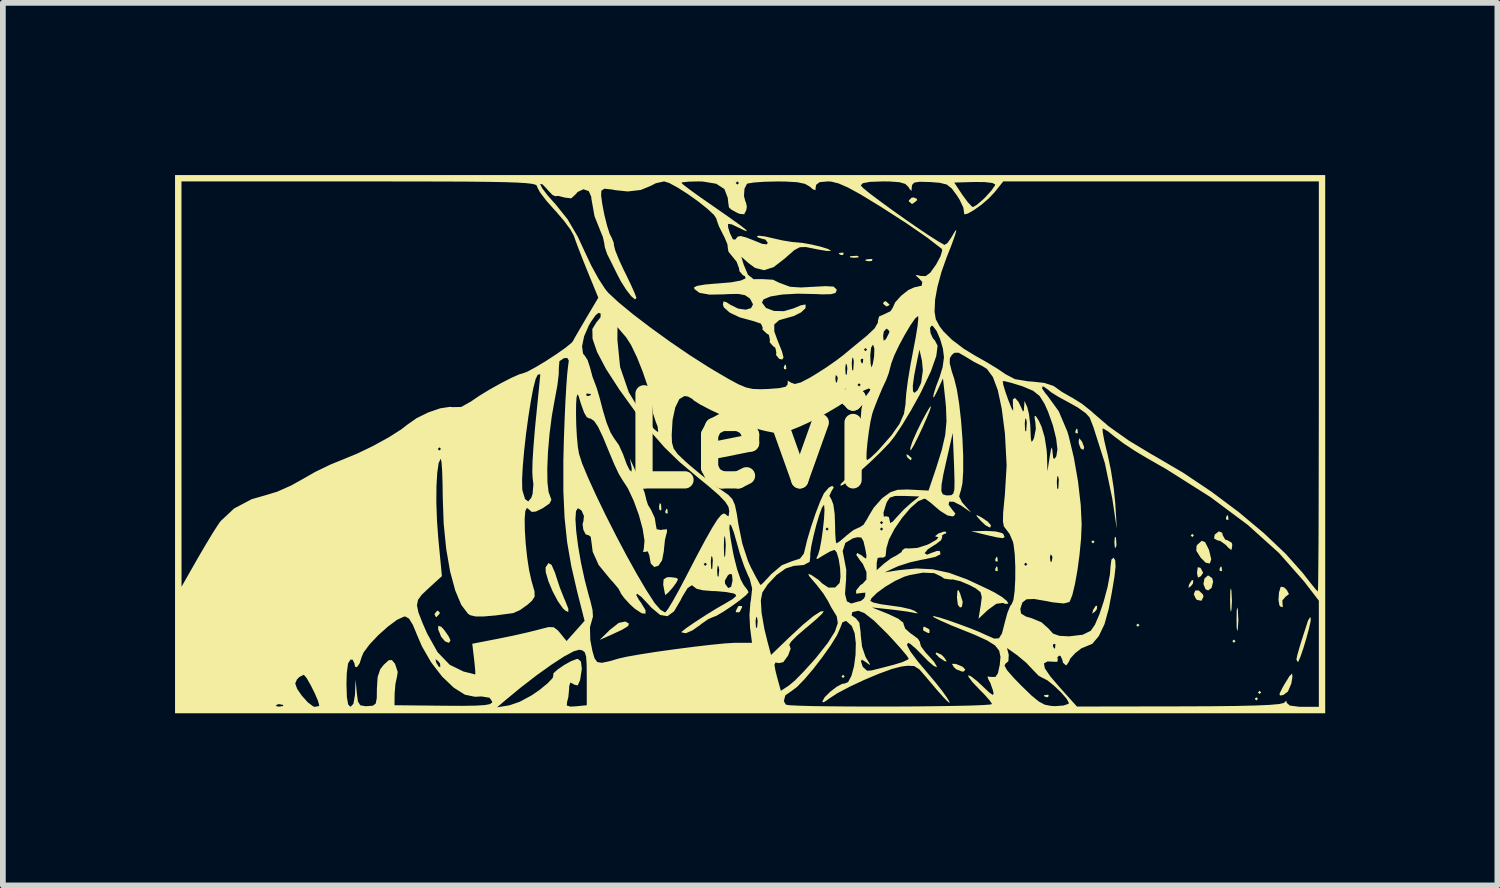
<source format=kicad_pcb>
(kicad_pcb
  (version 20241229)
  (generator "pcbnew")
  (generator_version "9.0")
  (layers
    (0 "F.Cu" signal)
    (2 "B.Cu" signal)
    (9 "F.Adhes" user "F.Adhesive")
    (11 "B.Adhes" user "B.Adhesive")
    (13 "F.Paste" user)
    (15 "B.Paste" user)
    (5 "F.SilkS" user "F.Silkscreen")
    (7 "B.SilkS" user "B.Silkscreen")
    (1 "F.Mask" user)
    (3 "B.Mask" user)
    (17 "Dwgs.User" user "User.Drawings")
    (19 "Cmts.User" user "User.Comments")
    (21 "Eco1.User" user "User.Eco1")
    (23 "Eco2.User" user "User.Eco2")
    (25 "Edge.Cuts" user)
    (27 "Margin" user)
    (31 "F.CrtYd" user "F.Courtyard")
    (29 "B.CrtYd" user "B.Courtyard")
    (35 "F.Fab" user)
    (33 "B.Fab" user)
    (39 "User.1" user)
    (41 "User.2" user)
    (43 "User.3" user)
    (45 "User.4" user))
  (footprint "Levi"
    (layer "F.Cu")
    (at 9.993 4.633)
    (property "Reference" "Levi" (at 0 0 0) (layer "F.SilkS") (effects (font (size 1.5 1.5) (thickness 0.3))))
    (attr board_only exclude_from_pos_files exclude_from_bom)
    (fp_poly (pts (xy 1.675 4.103) (xy 1.647 4.131) (xy 1.619 4.103) (xy 1.647 4.075)) (stroke (width 0) (type solid)) (fill yes) (layer "F.SilkS"))
    (fp_poly (pts (xy 6.029 1.758) (xy 6.001 1.786) (xy 5.973 1.758) (xy 6.001 1.731)) (stroke (width 0) (type solid)) (fill yes) (layer "F.SilkS"))
    (fp_poly (pts (xy 6.811 3.21) (xy 6.783 3.238) (xy 6.755 3.21) (xy 6.783 3.182)) (stroke (width 0) (type solid)) (fill yes) (layer "F.SilkS"))
    (fp_poly (pts (xy 7.76 1.647) (xy 7.732 1.675) (xy 7.704 1.647) (xy 7.732 1.619)) (stroke (width 0) (type solid)) (fill yes) (layer "F.SilkS"))
    (fp_poly (pts (xy 8.485 3.489) (xy 8.457 3.517) (xy 8.429 3.489) (xy 8.457 3.461)) (stroke (width 0) (type solid)) (fill yes) (layer "F.SilkS"))
    (fp_poly (pts (xy 8.876 4.494) (xy 8.848 4.522) (xy 8.82 4.494) (xy 8.848 4.466)) (stroke (width 0) (type solid)) (fill yes) (layer "F.SilkS"))
    (fp_poly (pts (xy 8.932 4.382) (xy 8.904 4.41) (xy 8.876 4.382) (xy 8.904 4.354)) (stroke (width 0) (type solid)) (fill yes) (layer "F.SilkS"))
    (fp_poly (pts (xy -1.525 1.106) (xy -1.518 1.193) (xy -1.529 1.213) (xy -1.555 1.196) (xy -1.559 1.14) (xy -1.545 1.08)) (stroke (width 0) (type solid)) (fill yes) (layer "F.SilkS"))
    (fp_poly (pts (xy -1.414 1.191) (xy -1.408 1.257) (xy -1.414 1.265) (xy -1.447 1.258) (xy -1.451 1.228) (xy -1.431 1.182)) (stroke (width 0) (type solid)) (fill yes) (layer "F.SilkS"))
    (fp_poly (pts (xy 0.651 -1.321) (xy 0.658 -1.255) (xy 0.651 -1.247) (xy 0.618 -1.254) (xy 0.614 -1.284) (xy 0.634 -1.33)) (stroke (width 0) (type solid)) (fill yes) (layer "F.SilkS"))
    (fp_poly (pts (xy 1.656 -3.275) (xy 1.648 -3.242) (xy 1.619 -3.238) (xy 1.573 -3.258) (xy 1.582 -3.275) (xy 1.648 -3.282)) (stroke (width 0) (type solid)) (fill yes) (layer "F.SilkS"))
    (fp_poly (pts (xy 1.912 -3.219) (xy 1.919 -3.199) (xy 1.842 -3.191) (xy 1.763 -3.2) (xy 1.772 -3.219) (xy 1.887 -3.226)) (stroke (width 0) (type solid)) (fill yes) (layer "F.SilkS"))
    (fp_poly (pts (xy 2.162 -3.16) (xy 2.145 -3.135) (xy 2.089 -3.131) (xy 2.029 -3.144) (xy 2.055 -3.164) (xy 2.142 -3.171)) (stroke (width 0) (type solid)) (fill yes) (layer "F.SilkS"))
    (fp_poly (pts (xy 4.336 2.028) (xy 4.342 2.095) (xy 4.336 2.103) (xy 4.302 2.095) (xy 4.298 2.065) (xy 4.319 2.02)) (stroke (width 0) (type solid)) (fill yes) (layer "F.SilkS"))
    (fp_poly (pts (xy 4.336 2.196) (xy 4.342 2.262) (xy 4.336 2.27) (xy 4.302 2.263) (xy 4.298 2.233) (xy 4.319 2.187)) (stroke (width 0) (type solid)) (fill yes) (layer "F.SilkS"))
    (fp_poly (pts (xy 5.229 4.429) (xy 5.221 4.462) (xy 5.192 4.466) (xy 5.146 4.446) (xy 5.154 4.429) (xy 5.221 4.422)) (stroke (width 0) (type solid)) (fill yes) (layer "F.SilkS"))
    (fp_poly (pts (xy 5.731 -0.205) (xy 5.738 -0.138) (xy 5.731 -0.13) (xy 5.698 -0.138) (xy 5.694 -0.167) (xy 5.714 -0.213)) (stroke (width 0) (type solid)) (fill yes) (layer "F.SilkS"))
    (fp_poly (pts (xy 8.243 2.196) (xy 8.25 2.262) (xy 8.243 2.27) (xy 8.21 2.263) (xy 8.206 2.233) (xy 8.227 2.187)) (stroke (width 0) (type solid)) (fill yes) (layer "F.SilkS"))
    (fp_poly (pts (xy 8.355 1.303) (xy 8.362 1.369) (xy 8.355 1.377) (xy 8.322 1.369) (xy 8.318 1.34) (xy 8.338 1.294)) (stroke (width 0) (type solid)) (fill yes) (layer "F.SilkS"))
    (fp_poly (pts (xy 2.783 0.246) (xy 2.843 0.302) (xy 2.83 0.334) (xy 2.822 0.335) (xy 2.775 0.295) (xy 2.758 0.27) (xy 2.751 0.232)) (stroke (width 0) (type solid)) (fill yes) (layer "F.SilkS"))
    (fp_poly (pts (xy 3.358 3.723) (xy 3.405 3.768) (xy 3.453 3.84) (xy 3.42 3.839) (xy 3.318 3.77) (xy 3.259 3.709) (xy 3.273 3.686)) (stroke (width 0) (type solid)) (fill yes) (layer "F.SilkS"))
    (fp_poly (pts (xy 6.068 2.933) (xy 6.036 2.974) (xy 5.989 3.009) (xy 6.001 2.953) (xy 6.005 2.942) (xy 6.049 2.874) (xy 6.074 2.873)) (stroke (width 0) (type solid)) (fill yes) (layer "F.SilkS"))
    (fp_poly (pts (xy 7.743 2.486) (xy 7.711 2.527) (xy 7.664 2.562) (xy 7.675 2.506) (xy 7.679 2.496) (xy 7.724 2.427) (xy 7.749 2.427)) (stroke (width 0) (type solid)) (fill yes) (layer "F.SilkS"))
    (fp_poly (pts (xy -5.378 2.993) (xy -5.387 3.015) (xy -5.437 3.068) (xy -5.446 3.07) (xy -5.47 3.027) (xy -5.471 3.015) (xy -5.428 2.961) (xy -5.412 2.959)) (stroke (width 0) (type solid)) (fill yes) (layer "F.SilkS"))
    (fp_poly (pts (xy -0.116 2.877) (xy -0.112 2.896) (xy -0.152 2.975) (xy -0.167 2.987) (xy -0.219 2.984) (xy -0.223 2.965) (xy -0.183 2.886) (xy -0.167 2.875)) (stroke (width 0) (type solid)) (fill yes) (layer "F.SilkS"))
    (fp_poly (pts (xy 2.4 -2.428) (xy 2.454 -2.378) (xy 2.456 -2.369) (xy 2.413 -2.345) (xy 2.4 -2.345) (xy 2.347 -2.388) (xy 2.345 -2.404) (xy 2.379 -2.437)) (stroke (width 0) (type solid)) (fill yes) (layer "F.SilkS"))
    (fp_poly (pts (xy 2.936 -4.216) (xy 2.931 -4.187) (xy 2.859 -4.133) (xy 2.844 -4.131) (xy 2.793 -4.174) (xy 2.791 -4.187) (xy 2.837 -4.236) (xy 2.878 -4.243)) (stroke (width 0) (type solid)) (fill yes) (layer "F.SilkS"))
    (fp_poly (pts (xy 3.143 3.279) (xy 3.154 3.294) (xy 3.152 3.345) (xy 3.133 3.349) (xy 3.054 3.309) (xy 3.042 3.294) (xy 3.045 3.242) (xy 3.064 3.238)) (stroke (width 0) (type solid)) (fill yes) (layer "F.SilkS"))
    (fp_poly (pts (xy 5.8 -0.002) (xy 5.813 0.018) (xy 5.848 0.111) (xy 5.834 0.156) (xy 5.787 0.13) (xy 5.755 0.047) (xy 5.752 0.005) (xy 5.762 -0.047)) (stroke (width 0) (type solid)) (fill yes) (layer "F.SilkS"))
    (fp_poly (pts (xy 6.4 1.68) (xy 6.403 1.69) (xy 6.411 1.811) (xy 6.401 1.857) (xy 6.382 1.859) (xy 6.375 1.772) (xy 6.375 1.758) (xy 6.383 1.672)) (stroke (width 0) (type solid)) (fill yes) (layer "F.SilkS"))
    (fp_poly (pts (xy 7.869 2.209) (xy 7.882 2.222) (xy 7.921 2.298) (xy 7.882 2.356) (xy 7.832 2.383) (xy 7.816 2.316) (xy 7.815 2.289) (xy 7.827 2.2)) (stroke (width 0) (type solid)) (fill yes) (layer "F.SilkS"))
    (fp_poly (pts (xy 7.917 2.674) (xy 7.927 2.713) (xy 7.892 2.785) (xy 7.815 2.77) (xy 7.797 2.754) (xy 7.758 2.672) (xy 7.783 2.608) (xy 7.843 2.604)) (stroke (width 0) (type solid)) (fill yes) (layer "F.SilkS"))
    (fp_poly (pts (xy -2.142 3.149) (xy -2.084 3.184) (xy -2.098 3.225) (xy -2.196 3.286) (xy -2.358 3.362) (xy -2.596 3.468) (xy -2.415 3.291) (xy -2.261 3.17) (xy -2.148 3.147)) (stroke (width 0) (type solid)) (fill yes) (layer "F.SilkS"))
    (fp_poly (pts (xy 3.6 3.884) (xy 3.626 3.891) (xy 3.731 3.935) (xy 3.778 3.985) (xy 3.749 4.017) (xy 3.722 4.019) (xy 3.62 3.98) (xy 3.576 3.94) (xy 3.544 3.884)) (stroke (width 0) (type solid)) (fill yes) (layer "F.SilkS"))
    (fp_poly (pts (xy 3.684 2.652) (xy 3.732 2.806) (xy 3.717 2.891) (xy 3.684 2.903) (xy 3.647 2.854) (xy 3.632 2.735) (xy 3.632 2.721) (xy 3.639 2.61) (xy 3.658 2.599)) (stroke (width 0) (type solid)) (fill yes) (layer "F.SilkS"))
    (fp_poly (pts (xy 4.058 1.332) (xy 4.166 1.404) (xy 4.224 1.47) (xy 4.213 1.506) (xy 4.199 1.507) (xy 4.128 1.469) (xy 4.042 1.387) (xy 3.971 1.305) (xy 3.979 1.292)) (stroke (width 0) (type solid)) (fill yes) (layer "F.SilkS"))
    (fp_poly (pts (xy 4.304 1.577) (xy 4.416 1.605) (xy 4.44 1.623) (xy 4.462 1.675) (xy 4.43 1.694) (xy 4.325 1.68) (xy 4.159 1.642) (xy 3.88 1.574) (xy 4.142 1.568)) (stroke (width 0) (type solid)) (fill yes) (layer "F.SilkS"))
    (fp_poly (pts (xy 8.079 2.391) (xy 8.095 2.453) (xy 8.068 2.561) (xy 8.008 2.605) (xy 7.963 2.585) (xy 7.926 2.495) (xy 7.944 2.397) (xy 8.003 2.345) (xy 8.011 2.345)) (stroke (width 0) (type solid)) (fill yes) (layer "F.SilkS"))
    (fp_poly (pts (xy 8.414 2.609) (xy 8.414 2.611) (xy 8.423 2.793) (xy 8.414 2.946) (xy 8.402 2.977) (xy 8.394 2.91) (xy 8.391 2.763) (xy 8.394 2.62) (xy 8.403 2.565)) (stroke (width 0) (type solid)) (fill yes) (layer "F.SilkS"))
    (fp_poly (pts (xy 8.526 2.944) (xy 8.526 2.946) (xy 8.535 3.128) (xy 8.525 3.281) (xy 8.514 3.312) (xy 8.505 3.245) (xy 8.503 3.098) (xy 8.506 2.955) (xy 8.514 2.9)) (stroke (width 0) (type solid)) (fill yes) (layer "F.SilkS"))
    (fp_poly (pts (xy 9.477 4.109) (xy 9.457 4.229) (xy 9.398 4.367) (xy 9.318 4.427) (xy 9.259 4.436) (xy 9.252 4.403) (xy 9.301 4.305) (xy 9.337 4.241) (xy 9.426 4.097) (xy 9.471 4.053)) (stroke (width 0) (type solid)) (fill yes) (layer "F.SilkS"))
    (fp_poly (pts (xy -5.353 3.239) (xy -5.303 3.294) (xy -5.227 3.403) (xy -5.193 3.474) (xy -5.193 3.475) (xy -5.221 3.518) (xy -5.288 3.493) (xy -5.356 3.412) (xy -5.357 3.409) (xy -5.409 3.282) (xy -5.405 3.221)) (stroke (width 0) (type solid)) (fill yes) (layer "F.SilkS"))
    (fp_poly (pts (xy -1.263 2.385) (xy -1.228 2.408) (xy -1.257 2.467) (xy -1.322 2.556) (xy -1.395 2.639) (xy -1.446 2.682) (xy -1.454 2.68) (xy -1.487 2.505) (xy -1.48 2.412) (xy -1.423 2.376) (xy -1.368 2.373)) (stroke (width 0) (type solid)) (fill yes) (layer "F.SilkS"))
    (fp_poly (pts (xy 7.955 1.763) (xy 8.016 1.884) (xy 8.026 1.91) (xy 8.062 2.062) (xy 8.038 2.136) (xy 7.965 2.121) (xy 7.878 2.034) (xy 7.802 1.913) (xy 7.806 1.83) (xy 7.822 1.806) (xy 7.897 1.74)) (stroke (width 0) (type solid)) (fill yes) (layer "F.SilkS"))
    (fp_poly (pts (xy 9.331 2.551) (xy 9.377 2.594) (xy 9.417 2.668) (xy 9.363 2.71) (xy 9.36 2.711) (xy 9.301 2.779) (xy 9.304 2.824) (xy 9.309 2.896) (xy 9.269 2.888) (xy 9.249 2.861) (xy 9.234 2.77) (xy 9.242 2.644) (xy 9.27 2.549) (xy 9.276 2.54)) (stroke (width 0) (type solid)) (fill yes) (layer "F.SilkS"))
    (fp_poly (pts (xy -3.432 2.16) (xy -3.371 2.3) (xy -3.353 2.359) (xy -3.287 2.558) (xy -3.212 2.747) (xy -3.197 2.779) (xy -3.14 2.924) (xy -3.141 2.983) (xy -3.199 2.952) (xy -3.237 2.914) (xy -3.324 2.79) (xy -3.413 2.622) (xy -3.488 2.443) (xy -3.533 2.29) (xy -3.537 2.204) (xy -3.486 2.128)) (stroke (width 0) (type solid)) (fill yes) (layer "F.SilkS"))
    (fp_poly (pts (xy 3.18 -0.605) (xy 3.16 -0.534) (xy 3.105 -0.4) (xy 3.031 -0.233) (xy 2.951 -0.064) (xy 2.88 0.077) (xy 2.831 0.158) (xy 2.821 0.167) (xy 2.819 0.123) (xy 2.855 0.012) (xy 2.866 -0.014) (xy 2.935 -0.17) (xy 3.016 -0.334) (xy 3.093 -0.479) (xy 3.152 -0.579) (xy 3.179 -0.608)) (stroke (width 0) (type solid)) (fill yes) (layer "F.SilkS"))
    (fp_poly (pts (xy 8.253 1.6) (xy 8.262 1.642) (xy 8.305 1.719) (xy 8.346 1.731) (xy 8.42 1.775) (xy 8.429 1.814) (xy 8.418 1.889) (xy 8.408 1.898) (xy 8.36 1.861) (xy 8.318 1.814) (xy 8.22 1.743) (xy 8.167 1.731) (xy 8.111 1.698) (xy 8.123 1.631) (xy 8.195 1.576) (xy 8.196 1.576)) (stroke (width 0) (type solid)) (fill yes) (layer "F.SilkS"))
    (fp_poly (pts (xy 9.796 3.079) (xy 9.794 3.139) (xy 9.765 3.27) (xy 9.719 3.44) (xy 9.667 3.613) (xy 9.617 3.759) (xy 9.581 3.843) (xy 9.571 3.852) (xy 9.546 3.81) (xy 9.546 3.806) (xy 9.562 3.73) (xy 9.603 3.587) (xy 9.634 3.485) (xy 9.69 3.312) (xy 9.734 3.176) (xy 9.747 3.132) (xy 9.782 3.076)) (stroke (width 0) (type solid)) (fill yes) (layer "F.SilkS"))
    (fp_poly (pts (xy 10.048 0.056) (xy 10.048 4.745) (xy 0.028 4.745) (xy -9.993 4.745) (xy -9.993 4.642) (xy -4.382 4.642) (xy -4.165 4.606) (xy -3.989 4.546) (xy -3.776 4.431) (xy -3.642 4.339) (xy -3.5 4.222) (xy -3.414 4.132) (xy -3.401 4.086) (xy -3.403 4.085) (xy -3.4 4.049) (xy -3.327 3.983) (xy -3.215 3.906) (xy -3.094 3.838) (xy -2.993 3.8) (xy -2.973 3.798) (xy -2.92 3.844) (xy -2.905 3.97) (xy -2.932 4.149) (xy -2.938 4.174) (xy -2.977 4.26) (xy -3.036 4.247) (xy -3.049 4.237) (xy -3.106 4.21) (xy -3.125 4.273) (xy -3.126 4.315) (xy -3.14 4.463) (xy -3.162 4.549) (xy -3.167 4.61) (xy -3.103 4.629) (xy -3.008 4.624) (xy -2.819 4.605) (xy -2.819 4.533) (xy 0.615 4.533) (xy 0.65 4.595) (xy 0.714 4.605) (xy 0.871 4.613) (xy 1.106 4.62) (xy 1.403 4.624) (xy 1.746 4.627) (xy 2.118 4.628) (xy 2.505 4.628) (xy 2.888 4.626) (xy 3.254 4.622) (xy 3.584 4.617) (xy 3.864 4.611) (xy 4.078 4.603) (xy 4.208 4.593) (xy 4.243 4.585) (xy 4.206 4.527) (xy 4.111 4.419) (xy 4.02 4.327) (xy 3.904 4.205) (xy 3.835 4.114) (xy 3.826 4.082) (xy 3.877 4.102) (xy 3.981 4.183) (xy 4.073 4.269) (xy 4.196 4.385) (xy 4.257 4.427) (xy 4.27 4.401) (xy 4.259 4.349) (xy 4.213 4.217) (xy 4.176 4.149) (xy 4.163 4.105) (xy 4.232 4.112) (xy 4.302 4.112) (xy 4.345 4.048) (xy 4.374 3.915) (xy 4.46 3.915) (xy 4.506 3.997) (xy 4.624 4.132) (xy 4.752 4.263) (xy 4.929 4.435) (xy 5.057 4.54) (xy 5.162 4.596) (xy 5.27 4.617) (xy 5.345 4.621) (xy 5.49 4.61) (xy 5.574 4.581) (xy 5.582 4.566) (xy 5.543 4.493) (xy 5.447 4.383) (xy 5.324 4.266) (xy 5.208 4.172) (xy 5.129 4.131) (xy 5.126 4.131) (xy 5.054 4.091) (xy 4.961 3.995) (xy 4.96 3.994) (xy 4.838 3.865) (xy 4.687 3.739) (xy 4.678 3.732) (xy 4.503 3.608) (xy 4.534 3.726) (xy 4.527 3.84) (xy 4.481 3.877) (xy 4.46 3.915) (xy 4.374 3.915) (xy 4.377 3.902) (xy 4.39 3.762) (xy 4.367 3.654) (xy 4.302 3.573) (xy 5.303 3.573) (xy 5.324 3.619) (xy 5.341 3.61) (xy 5.347 3.544) (xy 5.341 3.536) (xy 5.307 3.543) (xy 5.303 3.573) (xy 4.302 3.573) (xy 4.295 3.563) (xy 4.156 3.476) (xy 3.937 3.376) (xy 3.74 3.297) (xy 3.524 3.21) (xy 3.346 3.131) (xy 3.232 3.075) (xy 3.21 3.06) (xy 3.23 3.053) (xy 3.33 3.078) (xy 3.484 3.127) (xy 3.667 3.192) (xy 3.856 3.262) (xy 4.025 3.33) (xy 4.142 3.384) (xy 4.279 3.444) (xy 4.363 3.439) (xy 4.416 3.354) (xy 4.462 3.175) (xy 4.463 3.17) (xy 4.509 3) (xy 4.538 2.927) (xy 4.736 2.927) (xy 4.748 3.007) (xy 4.834 3.06) (xy 4.929 3.087) (xy 5.104 3.16) (xy 5.227 3.269) (xy 5.229 3.272) (xy 5.306 3.357) (xy 5.417 3.396) (xy 5.583 3.405) (xy 5.822 3.377) (xy 5.963 3.308) (xy 6.035 3.203) (xy 6.114 3.02) (xy 6.19 2.791) (xy 6.255 2.548) (xy 6.297 2.325) (xy 6.308 2.184) (xy 6.323 2.067) (xy 6.36 2.035) (xy 6.364 2.038) (xy 6.39 2.086) (xy 6.395 2.193) (xy 6.375 2.371) (xy 6.331 2.635) (xy 6.276 2.926) (xy 6.202 3.193) (xy 6.102 3.402) (xy 5.989 3.536) (xy 5.894 3.575) (xy 5.801 3.613) (xy 5.691 3.698) (xy 5.605 3.793) (xy 5.582 3.847) (xy 5.543 3.905) (xy 5.527 3.908) (xy 5.477 3.862) (xy 5.471 3.824) (xy 5.439 3.75) (xy 5.412 3.74) (xy 5.379 3.775) (xy 5.389 3.8) (xy 5.382 3.847) (xy 5.351 3.849) (xy 5.21 3.842) (xy 5.147 3.877) (xy 5.163 3.962) (xy 5.26 4.105) (xy 5.429 4.302) (xy 5.722 4.628) (xy 7.508 4.625) (xy 8.053 4.623) (xy 8.492 4.618) (xy 8.832 4.61) (xy 9.08 4.599) (xy 9.242 4.585) (xy 9.324 4.567) (xy 9.336 4.558) (xy 9.371 4.526) (xy 9.378 4.564) (xy 9.432 4.611) (xy 9.595 4.632) (xy 9.658 4.633) (xy 9.937 4.633) (xy 9.937 3.708) (xy 9.937 2.783) (xy 9.681 2.45) (xy 9.244 1.954) (xy 8.7 1.464) (xy 8.049 0.979) (xy 7.288 0.497) (xy 6.954 0.306) (xy 6.739 0.178) (xy 6.536 0.044) (xy 6.387 -0.068) (xy 6.38 -0.073) (xy 6.263 -0.167) (xy 6.184 -0.214) (xy 6.169 -0.215) (xy 6.171 -0.153) (xy 6.197 -0.012) (xy 6.242 0.18) (xy 6.254 0.225) (xy 6.313 0.504) (xy 6.363 0.822) (xy 6.39 1.089) (xy 6.417 1.535) (xy 6.338 1.005) (xy 6.209 0.388) (xy 6.008 -0.243) (xy 5.944 -0.407) (xy 5.875 -0.484) (xy 5.736 -0.583) (xy 5.579 -0.671) (xy 5.407 -0.764) (xy 5.276 -0.845) (xy 5.22 -0.892) (xy 5.141 -0.947) (xy 5.122 -0.949) (xy 5.115 -0.914) (xy 5.174 -0.828) (xy 5.203 -0.795) (xy 5.405 -0.517) (xy 5.555 -0.163) (xy 5.579 -0.084) (xy 5.668 0.289) (xy 5.741 0.705) (xy 5.788 1.114) (xy 5.804 1.451) (xy 5.794 1.7) (xy 5.768 1.974) (xy 5.732 2.246) (xy 5.688 2.492) (xy 5.642 2.684) (xy 5.597 2.797) (xy 5.589 2.807) (xy 5.493 2.832) (xy 5.298 2.812) (xy 5.192 2.791) (xy 4.976 2.754) (xy 4.844 2.759) (xy 4.772 2.814) (xy 4.736 2.925) (xy 4.736 2.927) (xy 4.538 2.927) (xy 4.559 2.877) (xy 4.586 2.842) (xy 4.615 2.77) (xy 4.636 2.618) (xy 4.647 2.415) (xy 4.648 2.192) (xy 4.646 2.149) (xy 4.801 2.149) (xy 4.829 2.177) (xy 4.857 2.149) (xy 4.829 2.121) (xy 4.801 2.149) (xy 4.646 2.149) (xy 4.641 2.033) (xy 5.252 2.033) (xy 5.262 2.105) (xy 5.281 2.106) (xy 5.295 2.031) (xy 5.286 1.999) (xy 5.261 1.978) (xy 5.252 2.033) (xy 4.641 2.033) (xy 4.639 1.979) (xy 4.618 1.807) (xy 4.607 1.758) (xy 4.549 1.621) (xy 4.483 1.534) (xy 4.448 1.488) (xy 4.433 1.402) (xy 4.436 1.253) (xy 4.458 1.02) (xy 4.465 0.955) (xy 4.479 0.726) (xy 5.372 0.726) (xy 5.378 0.827) (xy 5.392 0.839) (xy 5.398 0.823) (xy 5.406 0.682) (xy 5.398 0.628) (xy 5.381 0.611) (xy 5.373 0.688) (xy 5.372 0.726) (xy 4.479 0.726) (xy 4.497 0.423) (xy 4.467 -0.132) (xy 4.467 -0.133) (xy 4.448 -0.279) (xy 4.814 -0.279) (xy 4.82 -0.178) (xy 4.834 -0.166) (xy 4.839 -0.181) (xy 4.848 -0.323) (xy 4.839 -0.377) (xy 4.823 -0.394) (xy 4.814 -0.317) (xy 4.814 -0.279) (xy 4.448 -0.279) (xy 4.412 -0.56) (xy 4.343 -0.884) (xy 4.284 -1.042) (xy 4.429 -1.042) (xy 4.437 -0.984) (xy 4.476 -0.854) (xy 4.523 -0.721) (xy 4.582 -0.571) (xy 4.61 -0.525) (xy 4.611 -0.579) (xy 4.607 -0.603) (xy 4.606 -0.724) (xy 4.644 -0.749) (xy 4.705 -0.679) (xy 4.745 -0.594) (xy 4.782 -0.512) (xy 4.797 -0.532) (xy 4.801 -0.586) (xy 4.809 -0.698) (xy 4.857 -0.586) (xy 4.887 -0.465) (xy 4.908 -0.286) (xy 4.912 -0.195) (xy 4.919 -0.039) (xy 4.932 0.017) (xy 4.957 -0.013) (xy 4.975 -0.055) (xy 5.006 -0.21) (xy 4.998 -0.32) (xy 4.981 -0.425) (xy 5.003 -0.436) (xy 5.054 -0.359) (xy 5.107 -0.244) (xy 5.16 -0.063) (xy 5.194 0.158) (xy 5.2 0.244) (xy 5.208 0.53) (xy 5.247 0.279) (xy 5.271 0.143) (xy 5.286 0.112) (xy 5.296 0.181) (xy 5.297 0.195) (xy 5.309 0.302) (xy 5.335 0.309) (xy 5.363 0.266) (xy 5.382 0.148) (xy 5.36 -0.04) (xy 5.304 -0.269) (xy 5.219 -0.509) (xy 5.156 -0.649) (xy 5.072 -0.783) (xy 4.96 -0.873) (xy 4.781 -0.949) (xy 4.75 -0.959) (xy 4.583 -1.011) (xy 4.466 -1.04) (xy 4.429 -1.042) (xy 4.284 -1.042) (xy 4.258 -1.113) (xy 4.154 -1.254) (xy 4.083 -1.299) (xy 3.928 -1.378) (xy 3.777 -1.47) (xy 3.661 -1.537) (xy 3.588 -1.536) (xy 3.543 -1.5) (xy 3.507 -1.441) (xy 3.506 -1.352) (xy 3.543 -1.206) (xy 3.582 -1.089) (xy 3.629 -0.9) (xy 3.67 -0.646) (xy 3.703 -0.351) (xy 3.727 -0.04) (xy 3.74 0.262) (xy 3.74 0.53) (xy 3.727 0.739) (xy 3.699 0.865) (xy 3.696 0.87) (xy 3.669 0.966) (xy 3.719 1.067) (xy 3.758 1.112) (xy 3.88 1.248) (xy 3.702 1.125) (xy 3.574 1.06) (xy 3.496 1.058) (xy 3.486 1.111) (xy 3.548 1.196) (xy 3.605 1.268) (xy 3.577 1.307) (xy 3.556 1.315) (xy 3.468 1.299) (xy 3.341 1.22) (xy 3.288 1.176) (xy 3.169 1.073) (xy 3.084 1.012) (xy 3.065 1.005) (xy 2.955 1.051) (xy 2.818 1.172) (xy 2.674 1.342) (xy 2.543 1.533) (xy 2.446 1.719) (xy 2.401 1.873) (xy 2.4 1.892) (xy 2.387 2.01) (xy 2.338 2.036) (xy 2.317 2.03) (xy 2.25 2.038) (xy 2.233 2.125) (xy 2.233 2.252) (xy 2.359 2.139) (xy 2.483 2.045) (xy 2.582 1.992) (xy 2.664 1.938) (xy 2.68 1.903) (xy 2.726 1.871) (xy 2.81 1.873) (xy 2.941 1.864) (xy 3.109 1.811) (xy 3.159 1.788) (xy 3.271 1.723) (xy 3.309 1.682) (xy 3.294 1.675) (xy 3.249 1.661) (xy 3.303 1.617) (xy 3.312 1.612) (xy 3.407 1.578) (xy 3.447 1.586) (xy 3.436 1.616) (xy 3.411 1.619) (xy 3.368 1.65) (xy 3.376 1.672) (xy 3.355 1.73) (xy 3.259 1.803) (xy 3.24 1.813) (xy 3.125 1.887) (xy 3.071 1.952) (xy 3.07 1.957) (xy 3.11 1.982) (xy 3.187 1.951) (xy 3.289 1.915) (xy 3.336 1.921) (xy 3.344 1.975) (xy 3.25 2.022) (xy 3.05 2.065) (xy 3.028 2.068) (xy 2.819 2.114) (xy 2.618 2.178) (xy 2.567 2.2) (xy 2.373 2.29) (xy 2.624 2.251) (xy 2.924 2.222) (xy 3.205 2.236) (xy 3.491 2.297) (xy 3.809 2.413) (xy 4.185 2.589) (xy 4.285 2.64) (xy 4.418 2.72) (xy 4.503 2.79) (xy 4.527 2.836) (xy 4.479 2.84) (xy 4.429 2.823) (xy 4.317 2.838) (xy 4.172 2.943) (xy 4.007 3.098) (xy 4.046 2.864) (xy 4.064 2.72) (xy 4.042 2.635) (xy 3.959 2.569) (xy 3.849 2.511) (xy 3.69 2.444) (xy 3.559 2.413) (xy 3.522 2.415) (xy 3.409 2.399) (xy 3.36 2.364) (xy 3.235 2.304) (xy 3.04 2.295) (xy 2.805 2.338) (xy 2.713 2.366) (xy 2.555 2.438) (xy 2.387 2.538) (xy 2.24 2.645) (xy 2.143 2.74) (xy 2.121 2.786) (xy 2.172 2.815) (xy 2.304 2.845) (xy 2.46 2.867) (xy 2.658 2.895) (xy 2.82 2.932) (xy 2.893 2.961) (xy 2.951 3.003) (xy 2.909 3.001) (xy 2.875 2.993) (xy 2.757 2.972) (xy 2.577 2.948) (xy 2.456 2.934) (xy 2.149 2.901) (xy 2.439 3.017) (xy 2.608 3.097) (xy 2.696 3.167) (xy 2.704 3.2) (xy 2.729 3.27) (xy 2.825 3.355) (xy 2.847 3.368) (xy 2.951 3.446) (xy 2.99 3.508) (xy 2.987 3.516) (xy 3.005 3.58) (xy 3.085 3.687) (xy 3.133 3.738) (xy 3.232 3.849) (xy 3.279 3.926) (xy 3.278 3.942) (xy 3.228 3.921) (xy 3.129 3.836) (xy 3.039 3.744) (xy 2.915 3.619) (xy 2.818 3.536) (xy 2.78 3.517) (xy 2.76 3.555) (xy 2.817 3.665) (xy 2.95 3.843) (xy 3.132 4.059) (xy 3.258 4.209) (xy 3.368 4.348) (xy 3.451 4.464) (xy 3.499 4.542) (xy 3.502 4.567) (xy 3.453 4.525) (xy 3.395 4.465) (xy 3.278 4.333) (xy 3.139 4.169) (xy 3.089 4.109) (xy 2.977 3.981) (xy 2.887 3.923) (xy 2.775 3.917) (xy 2.662 3.931) (xy 2.496 3.974) (xy 2.27 4.057) (xy 2.015 4.164) (xy 1.764 4.282) (xy 1.548 4.396) (xy 1.4 4.492) (xy 1.382 4.507) (xy 1.308 4.555) (xy 1.284 4.543) (xy 1.325 4.468) (xy 1.422 4.371) (xy 1.538 4.282) (xy 1.635 4.231) (xy 1.664 4.23) (xy 1.734 4.203) (xy 1.793 4.093) (xy 1.838 3.925) (xy 1.864 3.728) (xy 1.869 3.528) (xy 1.849 3.352) (xy 1.8 3.227) (xy 1.793 3.218) (xy 1.7 3.136) (xy 1.636 3.16) (xy 1.597 3.261) (xy 1.542 3.384) (xy 1.433 3.56) (xy 1.29 3.762) (xy 1.132 3.968) (xy 0.976 4.151) (xy 0.843 4.288) (xy 0.753 4.355) (xy 0.641 4.433) (xy 0.615 4.533) (xy -2.819 4.533) (xy -2.819 4.131) (xy -2.821 3.901) (xy -2.83 3.759) (xy -2.853 3.683) (xy -2.895 3.65) (xy -2.948 3.638) (xy -3.046 3.665) (xy -3.213 3.755) (xy -3.433 3.898) (xy -3.692 4.083) (xy -3.973 4.3) (xy -4.243 4.523) (xy -4.382 4.642) (xy -9.993 4.642) (xy -9.993 4.62) (xy -8.238 4.62) (xy -8.183 4.629) (xy -8.11 4.619) (xy -8.11 4.6) (xy -8.184 4.586) (xy -8.217 4.595) (xy -8.238 4.62) (xy -9.993 4.62) (xy -9.993 4.227) (xy -7.899 4.227) (xy -7.866 4.319) (xy -7.786 4.436) (xy -7.678 4.556) (xy -7.584 4.626) (xy -7.558 4.633) (xy -7.487 4.62) (xy -7.48 4.61) (xy -7.503 4.526) (xy -7.56 4.394) (xy -7.632 4.25) (xy -7.642 4.233) (xy -7.006 4.233) (xy -6.999 4.463) (xy -6.976 4.593) (xy -6.936 4.633) (xy -6.886 4.581) (xy -6.859 4.436) (xy -6.857 4.396) (xy -6.847 4.159) (xy -6.826 4.392) (xy -6.806 4.54) (xy -6.765 4.606) (xy -6.678 4.622) (xy -6.64 4.621) (xy -6.545 4.613) (xy -6.496 4.575) (xy -6.478 4.48) (xy -6.476 4.318) (xy -6.463 4.113) (xy -6.417 3.977) (xy -6.355 3.899) (xy -6.268 3.82) (xy -6.215 3.818) (xy -6.16 3.882) (xy -6.113 4.025) (xy -6.124 4.1) (xy -6.153 4.236) (xy -6.167 4.406) (xy -6.167 4.41) (xy -6.169 4.605) (xy -5.317 4.614) (xy -4.984 4.616) (xy -4.747 4.612) (xy -4.592 4.602) (xy -4.504 4.585) (xy -4.469 4.558) (xy -4.466 4.544) (xy -4.512 4.475) (xy -4.654 4.452) (xy -4.766 4.458) (xy -4.941 4.422) (xy -5.137 4.299) (xy -5.339 4.106) (xy -5.529 3.86) (xy -5.563 3.802) (xy -5.455 3.802) (xy -5.443 3.858) (xy -5.439 3.868) (xy -5.395 3.937) (xy -5.37 3.937) (xy -5.376 3.878) (xy -5.408 3.837) (xy -5.455 3.802) (xy -5.563 3.802) (xy -5.691 3.579) (xy -5.766 3.405) (xy -5.849 3.205) (xy -5.916 3.096) (xy -5.979 3.06) (xy -6.003 3.061) (xy -6.125 3.117) (xy -6.284 3.235) (xy -6.453 3.386) (xy -6.604 3.546) (xy -6.708 3.686) (xy -6.738 3.755) (xy -6.777 3.876) (xy -6.823 3.941) (xy -6.858 3.933) (xy -6.866 3.878) (xy -6.899 3.812) (xy -6.936 3.81) (xy -6.979 3.879) (xy -7.001 4.051) (xy -7.006 4.233) (xy -7.642 4.233) (xy -7.7 4.132) (xy -7.747 4.076) (xy -7.751 4.075) (xy -7.826 4.113) (xy -7.869 4.156) (xy -7.899 4.227) (xy -9.993 4.227) (xy -9.993 2.864) (xy -5.778 2.864) (xy -5.751 2.992) (xy -5.678 3.179) (xy -5.599 3.358) (xy -5.419 3.68) (xy -5.206 3.901) (xy -4.966 4.018) (xy -4.959 4.02) (xy -4.831 4.051) (xy -4.764 4.069) (xy -4.762 4.069) (xy -4.761 4.023) (xy -4.772 3.899) (xy -4.782 3.804) (xy -4.814 3.534) (xy -4.347 3.443) (xy -4.094 3.391) (xy -3.851 3.336) (xy -3.662 3.289) (xy -3.637 3.282) (xy -3.483 3.243) (xy -3.393 3.247) (xy -3.322 3.302) (xy -3.282 3.349) (xy -3.171 3.487) (xy -3.014 3.311) (xy -2.857 3.135) (xy -2.989 2.614) (xy -3.089 2.18) (xy -3.161 1.763) (xy -3.203 1.363) (xy -3.016 1.363) (xy -3.003 1.572) (xy -2.97 1.83) (xy -2.92 2.12) (xy -2.855 2.42) (xy -2.779 2.711) (xy -2.757 2.784) (xy -2.719 2.944) (xy -2.711 3.061) (xy -2.719 3.088) (xy -2.763 3.245) (xy -2.758 3.467) (xy -2.72 3.663) (xy -2.683 3.788) (xy -2.636 3.853) (xy -2.554 3.866) (xy -2.409 3.835) (xy -2.261 3.791) (xy -2.118 3.759) (xy -1.89 3.719) (xy -1.605 3.674) (xy -1.287 3.63) (xy -0.965 3.588) (xy -0.664 3.553) (xy -0.411 3.528) (xy -0.233 3.517) (xy -0.211 3.517) (xy 0.06 3.517) (xy 0.026 3.252) (xy 0.022 3.154) (xy 0.123 3.154) (xy 0.129 3.249) (xy 0.146 3.258) (xy 0.148 3.253) (xy 0.159 3.142) (xy 0.15 3.085) (xy 0.133 3.063) (xy 0.123 3.137) (xy 0.123 3.154) (xy 0.022 3.154) (xy 0.016 3.034) (xy 0.032 2.817) (xy 0.04 2.777) (xy 0.214 2.777) (xy 0.227 2.995) (xy 0.276 3.277) (xy 0.331 3.501) (xy 0.392 3.729) (xy 0.712 3.421) (xy 0.949 3.201) (xy 1.133 3.05) (xy 1.257 2.971) (xy 1.311 2.967) (xy 1.282 3.01) (xy 1.184 3.104) (xy 1.037 3.23) (xy 0.994 3.265) (xy 0.843 3.395) (xy 0.742 3.497) (xy 0.708 3.554) (xy 0.713 3.559) (xy 0.734 3.618) (xy 0.689 3.74) (xy 0.605 3.855) (xy 0.528 3.871) (xy 0.47 3.86) (xy 0.451 3.901) (xy 0.471 4.013) (xy 0.505 4.145) (xy 0.563 4.354) (xy 0.706 4.26) (xy 0.807 4.175) (xy 0.951 4.029) (xy 1.115 3.849) (xy 1.181 3.773) (xy 1.382 3.518) (xy 1.505 3.322) (xy 1.555 3.173) (xy 1.537 3.056) (xy 1.526 3.039) (xy 1.795 3.039) (xy 1.87 3.091) (xy 1.93 3.165) (xy 1.953 3.334) (xy 1.954 3.378) (xy 1.978 3.586) (xy 2.038 3.762) (xy 2.051 3.784) (xy 2.112 3.884) (xy 2.112 3.904) (xy 2.051 3.859) (xy 1.973 3.809) (xy 1.959 3.843) (xy 1.99 3.936) (xy 2.065 4.004) (xy 2.143 3.999) (xy 2.268 3.968) (xy 2.445 3.922) (xy 2.526 3.901) (xy 2.679 3.855) (xy 2.775 3.811) (xy 2.791 3.793) (xy 2.755 3.739) (xy 2.658 3.623) (xy 2.517 3.466) (xy 2.414 3.356) (xy 2.187 3.132) (xy 2.017 2.999) (xy 1.912 2.959) (xy 1.808 2.983) (xy 1.795 3.039) (xy 1.526 3.039) (xy 1.515 3.02) (xy 1.441 2.9) (xy 1.385 2.791) (xy 1.305 2.661) (xy 1.187 2.508) (xy 1.148 2.463) (xy 1.056 2.355) (xy 1.041 2.316) (xy 1.093 2.335) (xy 1.22 2.421) (xy 1.281 2.481) (xy 1.393 2.556) (xy 1.51 2.553) (xy 1.587 2.474) (xy 1.602 2.366) (xy 1.595 2.214) (xy 1.571 2.06) (xy 1.536 1.942) (xy 1.517 1.92) (xy 1.64 1.92) (xy 1.673 2.09) (xy 1.703 2.247) (xy 1.699 2.433) (xy 1.696 2.458) (xy 1.681 2.667) (xy 1.714 2.795) (xy 1.79 2.833) (xy 1.819 2.825) (xy 1.922 2.795) (xy 1.952 2.791) (xy 2.009 2.747) (xy 2.031 2.704) (xy 2.035 2.643) (xy 1.959 2.65) (xy 1.954 2.652) (xy 1.874 2.661) (xy 1.875 2.604) (xy 1.95 2.511) (xy 1.986 2.49) (xy 2.054 2.414) (xy 2.055 2.286) (xy 1.991 2.142) (xy 1.944 2.083) (xy 1.877 1.986) (xy 1.894 1.952) (xy 1.977 1.999) (xy 2.004 2.024) (xy 2.049 2.052) (xy 2.055 2.001) (xy 2.037 1.898) (xy 2.003 1.749) (xy 1.965 1.684) (xy 1.897 1.678) (xy 1.821 1.696) (xy 1.687 1.776) (xy 1.64 1.92) (xy 1.517 1.92) (xy 1.499 1.898) (xy 1.42 1.926) (xy 1.302 1.994) (xy 1.203 2.055) (xy 1.18 2.051) (xy 1.212 1.98) (xy 1.24 1.886) (xy 1.269 1.731) (xy 1.295 1.545) (xy 1.296 1.535) (xy 1.34 1.535) (xy 1.368 1.563) (xy 1.396 1.535) (xy 1.368 1.507) (xy 1.34 1.535) (xy 1.296 1.535) (xy 1.315 1.361) (xy 1.323 1.21) (xy 1.318 1.125) (xy 1.311 1.116) (xy 1.278 1.166) (xy 1.231 1.294) (xy 1.179 1.469) (xy 1.131 1.66) (xy 1.093 1.836) (xy 1.075 1.966) (xy 1.076 2.008) (xy 1.065 2.107) (xy 0.962 2.162) (xy 0.788 2.177) (xy 0.648 2.222) (xy 0.486 2.338) (xy 0.333 2.5) (xy 0.24 2.642) (xy 0.214 2.777) (xy 0.04 2.777) (xy 0.042 2.763) (xy 0.063 2.571) (xy 0.02 2.403) (xy -0.008 2.345) (xy -0.078 2.179) (xy -0.152 1.962) (xy -0.192 1.82) (xy -0.256 1.594) (xy -0.302 1.474) (xy -0.329 1.452) (xy -0.334 1.523) (xy -0.316 1.681) (xy -0.274 1.92) (xy -0.251 2.032) (xy -0.198 2.239) (xy -0.138 2.412) (xy -0.085 2.511) (xy -0.018 2.598) (xy 0 2.637) (xy -0.043 2.687) (xy -0.15 2.775) (xy -0.292 2.878) (xy -0.439 2.976) (xy -0.56 3.047) (xy -0.62 3.07) (xy -0.7 3.104) (xy -0.819 3.186) (xy -0.848 3.21) (xy -0.977 3.301) (xy -1.086 3.348) (xy -1.102 3.349) (xy -1.166 3.337) (xy -1.166 3.325) (xy -1.081 3.258) (xy -0.931 3.155) (xy -0.746 3.035) (xy -0.556 2.918) (xy -0.425 2.843) (xy -0.276 2.755) (xy -0.216 2.702) (xy -0.231 2.67) (xy -0.266 2.656) (xy -0.391 2.633) (xy -0.569 2.617) (xy -0.637 2.615) (xy -0.797 2.602) (xy -0.905 2.576) (xy -0.925 2.561) (xy -0.987 2.514) (xy -1.062 2.564) (xy -1.155 2.716) (xy -1.185 2.777) (xy -1.299 2.97) (xy -1.413 3.054) (xy -1.54 3.032) (xy -1.693 2.905) (xy -1.752 2.84) (xy -1.867 2.718) (xy -1.94 2.664) (xy -1.958 2.682) (xy -1.909 2.771) (xy -1.872 2.822) (xy -1.795 2.949) (xy -1.796 3.01) (xy -1.861 3.003) (xy -1.978 2.926) (xy -2.064 2.849) (xy -2.168 2.736) (xy -2.228 2.653) (xy -2.233 2.636) (xy -2.269 2.571) (xy -2.36 2.462) (xy -2.41 2.408) (xy -2.612 2.161) (xy -2.716 1.93) (xy -2.735 1.777) (xy -2.75 1.671) (xy -2.786 1.643) (xy -2.787 1.644) (xy -2.838 1.628) (xy -2.879 1.547) (xy -2.892 1.449) (xy -2.878 1.401) (xy -2.868 1.308) (xy -2.91 1.212) (xy -2.973 1.172) (xy -3.007 1.223) (xy -3.016 1.363) (xy -3.203 1.363) (xy -3.206 1.336) (xy -3.227 0.871) (xy -3.227 0.34) (xy -3.218 -0.02) (xy -3.205 -0.367) (xy -3.201 -0.463) (xy -3.006 -0.463) (xy -3.002 -0.27) (xy -2.991 -0.075) (xy -2.975 0.099) (xy -2.954 0.223) (xy -2.899 0.395) (xy -2.796 0.642) (xy -2.658 0.945) (xy -2.494 1.285) (xy -2.314 1.64) (xy -2.129 1.991) (xy -1.948 2.317) (xy -1.782 2.599) (xy -1.642 2.816) (xy -1.629 2.834) (xy -1.535 2.941) (xy -1.46 2.986) (xy -1.446 2.983) (xy -1.399 2.922) (xy -1.316 2.784) (xy -1.208 2.59) (xy -1.127 2.435) (xy -0.413 2.435) (xy -0.409 2.488) (xy -0.354 2.564) (xy -0.303 2.541) (xy -0.279 2.431) (xy -0.279 2.422) (xy -0.289 2.324) (xy -0.33 2.32) (xy -0.36 2.342) (xy -0.413 2.435) (xy -1.127 2.435) (xy -1.113 2.41) (xy -1.036 2.261) (xy -0.547 2.261) (xy -0.541 2.356) (xy -0.524 2.365) (xy -0.522 2.36) (xy -0.511 2.249) (xy -0.52 2.192) (xy -0.537 2.169) (xy -0.547 2.244) (xy -0.547 2.261) (xy -1.036 2.261) (xy -0.978 2.149) (xy -0.782 2.149) (xy -0.754 2.177) (xy -0.726 2.149) (xy -0.754 2.121) (xy -0.657 2.121) (xy -0.651 2.223) (xy -0.637 2.235) (xy -0.631 2.219) (xy -0.623 2.077) (xy -0.631 2.024) (xy -0.648 2.006) (xy -0.656 2.083) (xy -0.657 2.121) (xy -0.754 2.121) (xy -0.782 2.149) (xy -0.978 2.149) (xy -0.913 2.024) (xy -0.816 1.842) (xy -0.43 1.842) (xy -0.426 1.98) (xy -0.417 2.032) (xy -0.407 1.996) (xy -0.397 1.815) (xy -0.407 1.689) (xy -0.419 1.654) (xy -0.427 1.717) (xy -0.43 1.842) (xy -0.816 1.842) (xy -0.755 1.728) (xy -0.634 1.514) (xy -0.544 1.371) (xy -0.478 1.291) (xy -0.431 1.263) (xy -0.395 1.279) (xy -0.383 1.295) (xy -0.348 1.314) (xy -0.336 1.223) (xy -0.336 1.221) (xy -0.351 1.146) (xy -0.407 1.059) (xy -0.516 0.945) (xy -0.692 0.792) (xy -0.899 0.623) (xy -1.203 0.366) (xy -1.461 0.116) (xy -1.656 -0.106) (xy -1.339 -0.106) (xy -1.334 0.03) (xy -1.305 0.132) (xy -1.235 0.229) (xy -1.105 0.353) (xy -1.019 0.429) (xy -0.824 0.591) (xy -0.624 0.747) (xy -0.469 0.858) (xy -0.354 0.938) (xy -0.282 1.014) (xy -0.237 1.116) (xy -0.204 1.275) (xy -0.177 1.452) (xy -0.109 1.788) (xy -0.009 2.094) (xy 0.04 2.202) (xy 0.124 2.363) (xy 0.186 2.475) (xy 0.211 2.511) (xy 0.254 2.474) (xy 0.343 2.379) (xy 0.393 2.323) (xy 0.581 2.165) (xy 0.754 2.097) (xy 0.896 2.051) (xy 0.963 1.965) (xy 0.977 1.91) (xy 1.022 1.723) (xy 1.09 1.495) (xy 1.169 1.26) (xy 1.247 1.057) (xy 1.31 0.92) (xy 1.318 0.907) (xy 1.399 0.813) (xy 1.46 0.782) (xy 1.485 0.812) (xy 1.449 0.868) (xy 1.408 0.957) (xy 1.443 1.018) (xy 1.477 1.105) (xy 1.5 1.266) (xy 1.507 1.435) (xy 1.511 1.616) (xy 1.52 1.743) (xy 1.532 1.786) (xy 1.586 1.752) (xy 1.685 1.668) (xy 1.708 1.647) (xy 1.827 1.554) (xy 1.867 1.535) (xy 2.289 1.535) (xy 2.317 1.563) (xy 2.345 1.535) (xy 2.317 1.507) (xy 2.289 1.535) (xy 1.867 1.535) (xy 1.923 1.508) (xy 1.933 1.507) (xy 2.003 1.461) (xy 2.026 1.424) (xy 2.289 1.424) (xy 2.317 1.451) (xy 2.345 1.424) (xy 2.317 1.396) (xy 2.289 1.424) (xy 2.026 1.424) (xy 2.075 1.346) (xy 2.085 1.323) (xy 2.129 1.25) (xy 2.351 1.25) (xy 2.358 1.32) (xy 2.4 1.312) (xy 2.446 1.327) (xy 2.457 1.378) (xy 2.469 1.431) (xy 2.515 1.404) (xy 2.582 1.328) (xy 2.713 1.188) (xy 2.842 1.073) (xy 2.976 0.968) (xy 2.715 0.958) (xy 2.551 0.959) (xy 2.462 0.988) (xy 2.412 1.061) (xy 2.399 1.092) (xy 2.351 1.25) (xy 2.129 1.25) (xy 2.18 1.165) (xy 2.317 1.01) (xy 2.344 0.986) (xy 2.471 0.894) (xy 2.533 0.873) (xy 3.359 0.873) (xy 3.384 0.929) (xy 3.44 0.948) (xy 3.475 0.949) (xy 3.532 0.945) (xy 3.568 0.917) (xy 3.586 0.846) (xy 3.589 0.711) (xy 3.583 0.491) (xy 3.58 0.405) (xy 3.558 -0.14) (xy 3.456 0.307) (xy 3.395 0.58) (xy 3.363 0.763) (xy 3.359 0.873) (xy 2.533 0.873) (xy 2.595 0.852) (xy 2.766 0.846) (xy 2.831 0.849) (xy 3.136 0.865) (xy 3.268 0.475) (xy 3.368 0.154) (xy 3.427 -0.105) (xy 3.449 -0.342) (xy 3.44 -0.595) (xy 3.429 -0.71) (xy 3.388 -1.089) (xy 3.285 -0.865) (xy 3.234 -0.767) (xy 3.216 -0.759) (xy 3.228 -0.825) (xy 3.267 -0.949) (xy 3.328 -1.109) (xy 3.382 -1.287) (xy 3.405 -1.456) (xy 3.405 -1.46) (xy 3.386 -1.611) (xy 3.338 -1.775) (xy 3.276 -1.917) (xy 3.213 -2.001) (xy 3.19 -2.01) (xy 3.161 -1.968) (xy 3.172 -1.877) (xy 3.213 -1.787) (xy 3.245 -1.754) (xy 3.294 -1.659) (xy 3.271 -1.479) (xy 3.178 -1.215) (xy 3.013 -0.867) (xy 2.973 -0.789) (xy 2.828 -0.528) (xy 2.68 -0.283) (xy 2.546 -0.082) (xy 2.454 0.036) (xy 2.29 0.205) (xy 2.108 0.38) (xy 1.927 0.543) (xy 1.768 0.676) (xy 1.652 0.761) (xy 1.605 0.782) (xy 1.604 0.753) (xy 1.676 0.682) (xy 1.695 0.666) (xy 1.789 0.579) (xy 1.872 0.481) (xy 1.928 0.397) (xy 1.941 0.35) (xy 1.901 0.361) (xy 1.862 0.357) (xy 1.868 0.305) (xy 2.055 0.305) (xy 2.064 0.335) (xy 2.12 0.298) (xy 2.221 0.204) (xy 2.269 0.154) (xy 2.487 -0.094) (xy 2.629 -0.295) (xy 2.708 -0.472) (xy 2.736 -0.647) (xy 2.736 -0.675) (xy 2.748 -0.832) (xy 2.765 -0.964) (xy 2.862 -0.964) (xy 2.865 -0.866) (xy 2.892 -0.837) (xy 2.946 -0.885) (xy 3.002 -1.001) (xy 3.008 -1.019) (xy 3.037 -1.226) (xy 3.022 -1.396) (xy 2.978 -1.591) (xy 2.942 -1.424) (xy 2.887 -1.146) (xy 2.862 -0.964) (xy 2.765 -0.964) (xy 2.778 -1.063) (xy 2.823 -1.334) (xy 2.864 -1.549) (xy 2.911 -1.796) (xy 2.944 -1.998) (xy 2.958 -2.132) (xy 2.954 -2.177) (xy 2.901 -2.131) (xy 2.818 -2.011) (xy 2.72 -1.846) (xy 2.621 -1.662) (xy 2.539 -1.489) (xy 2.488 -1.353) (xy 2.483 -1.333) (xy 2.442 -1.179) (xy 2.399 -1.064) (xy 2.398 -1.062) (xy 2.327 -0.91) (xy 2.246 -0.717) (xy 2.178 -0.541) (xy 2.156 -0.475) (xy 2.125 -0.339) (xy 2.096 -0.161) (xy 2.072 0.027) (xy 2.057 0.193) (xy 2.055 0.305) (xy 1.868 0.305) (xy 1.873 0.261) (xy 1.874 0.254) (xy 1.902 0.107) (xy 1.927 -0.086) (xy 1.933 -0.155) (xy 1.95 -0.351) (xy 1.965 -0.525) (xy 1.969 -0.569) (xy 2.003 -0.709) (xy 2.052 -0.79) (xy 2.112 -0.871) (xy 2.121 -0.901) (xy 2.094 -0.914) (xy 2.006 -0.877) (xy 1.847 -0.786) (xy 1.609 -0.635) (xy 1.56 -0.603) (xy 1.329 -0.467) (xy 1.065 -0.329) (xy 0.901 -0.254) (xy 0.711 -0.177) (xy 0.578 -0.141) (xy 0.457 -0.14) (xy 0.3 -0.172) (xy 0.206 -0.195) (xy 0.019 -0.253) (xy -0.205 -0.338) (xy -0.442 -0.438) (xy -0.663 -0.541) (xy -0.845 -0.636) (xy -0.959 -0.709) (xy -0.981 -0.733) (xy -1.056 -0.774) (xy -1.117 -0.782) (xy -1.206 -0.729) (xy -1.277 -0.584) (xy -1.324 -0.366) (xy -1.339 -0.106) (xy -1.656 -0.106) (xy -1.706 -0.164) (xy -1.937 -0.459) (xy -2.25 -0.893) (xy -2.484 -1.255) (xy -2.639 -1.549) (xy -2.711 -1.758) (xy -2.285 -1.758) (xy -2.238 -1.288) (xy -2.088 -0.851) (xy -1.869 -0.485) (xy -1.743 -0.319) (xy -1.642 -0.204) (xy -1.583 -0.157) (xy -1.575 -0.161) (xy -1.584 -0.251) (xy -1.615 -0.328) (xy -1.664 -0.478) (xy -1.674 -0.569) (xy -1.697 -0.73) (xy -1.734 -0.869) (xy 1.675 -0.869) (xy 1.704 -0.792) (xy 1.731 -0.782) (xy 1.785 -0.822) (xy 1.786 -0.834) (xy 1.746 -0.91) (xy 1.731 -0.921) (xy 1.683 -0.908) (xy 1.675 -0.869) (xy -1.734 -0.869) (xy -1.758 -0.955) (xy -1.846 -1.211) (xy -1.946 -1.461) (xy -2.047 -1.671) (xy -2.132 -1.804) (xy -2.284 -1.982) (xy -2.285 -1.758) (xy -2.711 -1.758) (xy -2.718 -1.78) (xy -2.722 -1.95) (xy -2.652 -2.065) (xy -2.652 -2.065) (xy -2.58 -2.152) (xy -2.576 -2.217) (xy -2.613 -2.233) (xy -2.666 -2.189) (xy -2.745 -2.077) (xy -2.781 -2.016) (xy -2.865 -1.824) (xy -2.901 -1.648) (xy -2.884 -1.521) (xy -2.851 -1.482) (xy -2.805 -1.41) (xy -2.762 -1.279) (xy -2.76 -1.271) (xy -2.719 -1.118) (xy -2.677 -1.007) (xy -2.642 -0.912) (xy -2.593 -0.744) (xy -2.539 -0.538) (xy -2.537 -0.53) (xy -2.475 -0.322) (xy -2.405 -0.148) (xy -2.343 -0.046) (xy -2.342 -0.045) (xy -2.26 0.071) (xy -2.186 0.233) (xy -2.176 0.262) (xy -2.12 0.414) (xy -2.071 0.509) (xy -2.039 0.534) (xy -2.036 0.475) (xy -2.042 0.441) (xy -2.068 0.307) (xy -2.004 0.447) (xy -1.883 0.715) (xy -1.812 0.898) (xy -1.785 1.006) (xy -1.785 1.013) (xy -1.752 1.115) (xy -1.701 1.197) (xy -1.634 1.341) (xy -1.619 1.441) (xy -1.601 1.538) (xy -1.529 1.552) (xy -1.503 1.546) (xy -1.421 1.539) (xy -1.422 1.595) (xy -1.428 1.609) (xy -1.457 1.726) (xy -1.474 1.89) (xy -1.475 1.915) (xy -1.506 2.079) (xy -1.57 2.175) (xy -1.643 2.197) (xy -1.704 2.136) (xy -1.73 1.992) (xy -1.756 1.924) (xy -1.796 1.932) (xy -1.838 1.935) (xy -1.825 1.877) (xy -1.813 1.739) (xy -1.845 1.533) (xy -1.911 1.291) (xy -2 1.045) (xy -2.103 0.825) (xy -2.204 0.67) (xy -2.259 0.578) (xy -2.336 0.416) (xy -2.42 0.216) (xy -2.427 0.199) (xy -2.538 -0.07) (xy -2.623 -0.248) (xy -2.692 -0.349) (xy -2.752 -0.389) (xy -2.77 -0.391) (xy -2.818 -0.413) (xy -2.865 -0.492) (xy -2.921 -0.649) (xy -2.961 -0.782) (xy -2.982 -0.814) (xy -2.997 -0.757) (xy -3.005 -0.633) (xy -3.006 -0.463) (xy -3.201 -0.463) (xy -3.191 -0.688) (xy -3.183 -0.819) (xy -2.828 -0.819) (xy -2.821 -0.786) (xy -2.791 -0.782) (xy -2.745 -0.802) (xy -2.754 -0.819) (xy -2.82 -0.825) (xy -2.828 -0.819) (xy -3.183 -0.819) (xy -3.175 -0.96) (xy -3.16 -1.164) (xy -3.148 -1.275) (xy -3.132 -1.4) (xy -3.158 -1.445) (xy -3.217 -1.442) (xy -3.295 -1.39) (xy -3.305 -1.279) (xy -3.308 -1.154) (xy -3.332 -0.962) (xy -3.373 -0.74) (xy -3.377 -0.721) (xy -3.428 -0.433) (xy -3.468 -0.12) (xy -3.495 0.193) (xy -3.507 0.483) (xy -3.504 0.723) (xy -3.484 0.891) (xy -3.467 0.938) (xy -3.435 1.025) (xy -3.468 1.091) (xy -3.584 1.171) (xy -3.585 1.172) (xy -3.705 1.23) (xy -3.779 1.237) (xy -3.787 1.228) (xy -3.85 1.174) (xy -3.865 1.172) (xy -3.89 1.223) (xy -3.901 1.359) (xy -3.898 1.555) (xy -3.883 1.786) (xy -3.858 2.025) (xy -3.824 2.249) (xy -3.784 2.431) (xy -3.775 2.462) (xy -3.73 2.619) (xy -3.727 2.712) (xy -3.774 2.785) (xy -3.85 2.853) (xy -3.982 2.947) (xy -4.1 3) (xy -4.11 3.001) (xy -4.41 3.041) (xy -4.62 3.059) (xy -4.76 3.058) (xy -4.848 3.037) (xy -4.887 3.013) (xy -5.006 2.856) (xy -5.111 2.605) (xy -5.2 2.275) (xy -5.268 1.883) (xy -5.312 1.445) (xy -5.328 0.996) (xy -5.332 0.733) (xy -5.334 0.673) (xy -3.946 0.673) (xy -3.943 0.836) (xy -3.938 0.87) (xy -3.894 1.013) (xy -3.839 1.054) (xy -3.785 0.99) (xy -3.763 0.921) (xy -3.749 0.755) (xy -3.762 0.647) (xy -3.768 0.545) (xy -3.764 0.356) (xy -3.748 0.103) (xy -3.724 -0.19) (xy -3.712 -0.316) (xy -3.683 -0.607) (xy -3.658 -0.855) (xy -3.64 -1.042) (xy -3.63 -1.146) (xy -3.629 -1.162) (xy -3.664 -1.156) (xy -3.675 -1.15) (xy -3.71 -1.079) (xy -3.751 -0.918) (xy -3.794 -0.69) (xy -3.837 -0.418) (xy -3.877 -0.123) (xy -3.91 0.172) (xy -3.934 0.445) (xy -3.946 0.673) (xy -5.334 0.673) (xy -5.339 0.517) (xy -5.35 0.37) (xy -5.363 0.311) (xy -5.365 0.311) (xy -5.4 0.387) (xy -5.424 0.554) (xy -5.438 0.789) (xy -5.44 1.072) (xy -5.429 1.382) (xy -5.407 1.687) (xy -5.343 2.356) (xy -5.579 2.571) (xy -5.693 2.679) (xy -5.759 2.768) (xy -5.778 2.864) (xy -9.993 2.864) (xy -9.993 0.056) (xy -9.993 -4.522) (xy -9.881 -4.522) (xy -9.881 -0.991) (xy -9.88 2.54) (xy -9.594 2.038) (xy -9.461 1.811) (xy -9.338 1.607) (xy -9.24 1.455) (xy -9.201 1.399) (xy -8.964 1.177) (xy -8.657 1.015) (xy -8.423 0.948) (xy -8.212 0.884) (xy -7.969 0.776) (xy -7.793 0.678) (xy -7.553 0.541) (xy -7.28 0.409) (xy -7.09 0.332) (xy -6.824 0.223) (xy -6.651 0.14) (xy -5.415 0.14) (xy -5.387 0.167) (xy -5.359 0.14) (xy -5.387 0.112) (xy -5.415 0.14) (xy -6.651 0.14) (xy -6.54 0.086) (xy -6.272 -0.061) (xy -6.052 -0.201) (xy -5.945 -0.284) (xy -5.782 -0.398) (xy -5.579 -0.497) (xy -5.373 -0.568) (xy -5.203 -0.594) (xy -5.153 -0.589) (xy -5.007 -0.592) (xy -4.842 -0.684) (xy -4.837 -0.687) (xy -4.697 -0.783) (xy -4.513 -0.895) (xy -4.316 -1.005) (xy -4.133 -1.099) (xy -3.996 -1.16) (xy -3.942 -1.175) (xy -3.856 -1.206) (xy -3.71 -1.285) (xy -3.53 -1.393) (xy -3.348 -1.512) (xy -3.19 -1.623) (xy -3.086 -1.708) (xy -3.063 -1.735) (xy -3.015 -1.821) (xy -2.928 -1.971) (xy -2.822 -2.152) (xy -2.82 -2.155) (xy -2.618 -2.496) (xy -2.81 -2.965) (xy -2.901 -3.192) (xy -2.979 -3.394) (xy -3.032 -3.539) (xy -3.043 -3.573) (xy -3.101 -3.68) (xy -3.215 -3.835) (xy -3.362 -4.006) (xy -3.384 -4.029) (xy -3.527 -4.191) (xy -3.633 -4.331) (xy -3.683 -4.423) (xy -3.684 -4.434) (xy -3.693 -4.453) (xy -3.724 -4.469) (xy -3.73 -4.47) (xy -3.629 -4.47) (xy -3.593 -4.399) (xy -3.498 -4.275) (xy -3.364 -4.124) (xy -3.355 -4.114) (xy -3.155 -3.865) (xy -2.975 -3.558) (xy -2.855 -3.299) (xy -2.738 -3.051) (xy -2.612 -2.822) (xy -2.496 -2.644) (xy -2.445 -2.582) (xy -2.264 -2.414) (xy -2.01 -2.205) (xy -1.704 -1.972) (xy -1.369 -1.73) (xy -1.028 -1.497) (xy -0.702 -1.289) (xy -0.599 -1.227) (xy -0.354 -1.083) (xy -0.178 -0.988) (xy -0.044 -0.932) (xy 0.074 -0.906) (xy 0.203 -0.901) (xy 0.335 -0.905) (xy 0.538 -0.92) (xy 0.648 -0.945) (xy 0.674 -0.977) (xy 1.898 -0.977) (xy 1.926 -0.949) (xy 1.954 -0.977) (xy 1.926 -1.005) (xy 1.898 -0.977) (xy 0.674 -0.977) (xy 0.682 -0.986) (xy 0.681 -1) (xy 0.684 -1.05) (xy 0.741 -1.015) (xy 0.807 -0.992) (xy 0.909 -1.019) (xy 1.052 -1.093) (xy 1.512 -1.093) (xy 1.522 -1.021) (xy 1.541 -1.02) (xy 1.554 -1.095) (xy 1.545 -1.127) (xy 1.521 -1.148) (xy 1.512 -1.093) (xy 1.052 -1.093) (xy 1.07 -1.103) (xy 1.141 -1.145) (xy 1.316 -1.256) (xy 1.686 -1.256) (xy 1.692 -1.161) (xy 1.709 -1.152) (xy 1.711 -1.157) (xy 1.722 -1.268) (xy 1.713 -1.325) (xy 1.702 -1.34) (xy 1.799 -1.34) (xy 1.805 -1.238) (xy 1.82 -1.226) (xy 1.825 -1.242) (xy 1.834 -1.384) (xy 1.832 -1.396) (xy 1.954 -1.396) (xy 1.974 -1.35) (xy 1.991 -1.358) (xy 1.998 -1.425) (xy 1.991 -1.433) (xy 1.958 -1.425) (xy 1.954 -1.396) (xy 1.832 -1.396) (xy 1.825 -1.437) (xy 1.809 -1.455) (xy 1.8 -1.378) (xy 1.799 -1.34) (xy 1.702 -1.34) (xy 1.696 -1.348) (xy 1.686 -1.273) (xy 1.686 -1.256) (xy 1.316 -1.256) (xy 1.343 -1.273) (xy 1.534 -1.406) (xy 1.63 -1.479) (xy 2.121 -1.479) (xy 2.127 -1.35) (xy 2.14 -1.286) (xy 2.143 -1.284) (xy 2.163 -1.333) (xy 2.185 -1.453) (xy 2.188 -1.479) (xy 2.192 -1.608) (xy 2.172 -1.673) (xy 2.166 -1.675) (xy 2.136 -1.626) (xy 2.122 -1.505) (xy 2.121 -1.479) (xy 1.63 -1.479) (xy 1.648 -1.493) (xy 1.766 -1.591) (xy 2.01 -1.591) (xy 2.038 -1.563) (xy 2.065 -1.591) (xy 2.038 -1.619) (xy 2.01 -1.591) (xy 1.766 -1.591) (xy 1.807 -1.625) (xy 1.991 -1.776) (xy 2.056 -1.828) (xy 2.345 -1.828) (xy 2.354 -1.747) (xy 2.387 -1.767) (xy 2.4 -1.786) (xy 2.448 -1.88) (xy 2.455 -1.912) (xy 2.413 -1.953) (xy 2.4 -1.954) (xy 2.357 -1.907) (xy 2.345 -1.828) (xy 2.056 -1.828) (xy 2.058 -1.83) (xy 2.196 -1.961) (xy 2.255 -2.063) (xy 2.254 -2.092) (xy 2.274 -2.168) (xy 2.367 -2.209) (xy 2.475 -2.261) (xy 2.512 -2.32) (xy 2.555 -2.415) (xy 2.657 -2.528) (xy 2.782 -2.628) (xy 2.892 -2.678) (xy 2.907 -2.68) (xy 3.017 -2.705) (xy 3.027 -2.77) (xy 2.972 -2.83) (xy 2.91 -2.886) (xy 2.943 -2.889) (xy 2.998 -2.875) (xy 3.086 -2.872) (xy 3.167 -2.932) (xy 3.268 -3.074) (xy 3.344 -3.215) (xy 3.375 -3.318) (xy 3.368 -3.346) (xy 3.113 -3.543) (xy 2.759 -3.788) (xy 2.305 -4.08) (xy 2.235 -4.123) (xy 1.948 -4.298) (xy 1.732 -4.416) (xy 1.649 -4.452) (xy 1.955 -4.452) (xy 1.998 -4.405) (xy 2.115 -4.31) (xy 2.288 -4.18) (xy 2.496 -4.028) (xy 2.721 -3.868) (xy 2.944 -3.714) (xy 3.146 -3.578) (xy 3.309 -3.475) (xy 3.412 -3.417) (xy 3.414 -3.416) (xy 3.465 -3.447) (xy 3.534 -3.546) (xy 3.539 -3.555) (xy 3.603 -3.663) (xy 3.622 -3.671) (xy 3.598 -3.584) (xy 3.533 -3.404) (xy 3.452 -3.2) (xy 3.362 -2.947) (xy 3.291 -2.684) (xy 3.251 -2.465) (xy 3.25 -2.445) (xy 3.241 -2.252) (xy 3.263 -2.12) (xy 3.327 -2) (xy 3.397 -1.908) (xy 3.544 -1.763) (xy 3.751 -1.606) (xy 3.948 -1.486) (xy 4.155 -1.369) (xy 4.341 -1.256) (xy 4.47 -1.168) (xy 4.475 -1.164) (xy 4.641 -1.077) (xy 4.876 -1.038) (xy 4.934 -1.035) (xy 5.154 -1.011) (xy 5.31 -0.96) (xy 5.344 -0.938) (xy 5.461 -0.854) (xy 5.616 -0.765) (xy 5.638 -0.754) (xy 5.812 -0.646) (xy 5.982 -0.51) (xy 6.001 -0.491) (xy 6.275 -0.255) (xy 6.625 -0.007) (xy 7.021 0.232) (xy 7.082 0.266) (xy 7.573 0.554) (xy 8.067 0.885) (xy 8.544 1.242) (xy 8.981 1.608) (xy 9.36 1.967) (xy 9.658 2.302) (xy 9.689 2.342) (xy 9.802 2.487) (xy 9.886 2.589) (xy 9.92 2.624) (xy 9.923 2.569) (xy 9.926 2.413) (xy 9.928 2.163) (xy 9.931 1.83) (xy 9.933 1.423) (xy 9.934 0.95) (xy 9.935 0.422) (xy 9.936 -0.152) (xy 9.937 -0.763) (xy 9.937 -0.949) (xy 9.937 -4.522) (xy 7.187 -4.522) (xy 4.438 -4.522) (xy 4.288 -4.334) (xy 4.185 -4.225) (xy 4.058 -4.116) (xy 3.929 -4.024) (xy 3.822 -3.962) (xy 3.759 -3.947) (xy 3.755 -3.978) (xy 3.743 -4.065) (xy 3.679 -4.2) (xy 3.634 -4.273) (xy 3.54 -4.4) (xy 3.453 -4.468) (xy 3.33 -4.498) (xy 3.279 -4.502) (xy 3.584 -4.502) (xy 3.725 -4.289) (xy 3.819 -4.161) (xy 3.891 -4.085) (xy 3.911 -4.075) (xy 3.974 -4.111) (xy 4.081 -4.202) (xy 4.127 -4.247) (xy 4.232 -4.363) (xy 4.293 -4.451) (xy 4.298 -4.47) (xy 4.248 -4.495) (xy 4.115 -4.51) (xy 3.941 -4.512) (xy 3.584 -4.502) (xy 3.279 -4.502) (xy 3.166 -4.511) (xy 2.984 -4.516) (xy 2.887 -4.501) (xy 2.85 -4.461) (xy 2.845 -4.427) (xy 2.839 -4.357) (xy 2.809 -4.387) (xy 2.787 -4.424) (xy 2.732 -4.478) (xy 2.63 -4.508) (xy 2.454 -4.521) (xy 2.342 -4.522) (xy 2.116 -4.514) (xy 1.991 -4.491) (xy 1.955 -4.452) (xy 1.649 -4.452) (xy 1.571 -4.486) (xy 1.445 -4.518) (xy 1.384 -4.522) (xy 1.238 -4.509) (xy 1.177 -4.462) (xy 1.172 -4.429) (xy 1.164 -4.368) (xy 1.121 -4.385) (xy 1.07 -4.429) (xy 0.985 -4.479) (xy 0.849 -4.508) (xy 0.637 -4.52) (xy 0.498 -4.521) (xy 0.276 -4.516) (xy 0.095 -4.503) (xy -0.013 -4.486) (xy -0.028 -4.479) (xy -0.071 -4.394) (xy -0.08 -4.267) (xy -0.053 -4.166) (xy -0.046 -4.159) (xy -0.03 -4.083) (xy -0.04 -4.02) (xy -0.076 -3.95) (xy -0.152 -3.956) (xy -0.201 -3.976) (xy -0.303 -4.033) (xy -0.342 -4.07) (xy -0.353 -4.146) (xy -0.363 -4.238) (xy -0.421 -4.389) (xy -0.563 -4.481) (xy -0.64 -4.494) (xy -0.223 -4.494) (xy -0.195 -4.466) (xy -0.167 -4.494) (xy -0.195 -4.522) (xy -0.223 -4.494) (xy -0.64 -4.494) (xy -0.797 -4.52) (xy -0.876 -4.522) (xy -1.041 -4.518) (xy -1.148 -4.507) (xy -1.172 -4.498) (xy -1.129 -4.459) (xy -1.012 -4.37) (xy -0.838 -4.245) (xy -0.628 -4.099) (xy -0.347 -3.903) (xy -0.155 -3.766) (xy -0.049 -3.684) (xy -0.024 -3.653) (xy -0.077 -3.67) (xy -0.151 -3.706) (xy -0.294 -3.774) (xy -0.357 -3.782) (xy -0.356 -3.721) (xy -0.325 -3.623) (xy -0.274 -3.514) (xy -0.231 -3.508) (xy -0.218 -3.525) (xy -0.187 -3.561) (xy -0.138 -3.57) (xy -0.047 -3.547) (xy 0.109 -3.487) (xy 0.237 -3.434) (xy 0.319 -3.425) (xy 0.335 -3.455) (xy 0.29 -3.511) (xy 0.255 -3.517) (xy 0.163 -3.545) (xy 0.145 -3.564) (xy 0.176 -3.577) (xy 0.288 -3.563) (xy 0.405 -3.536) (xy 0.596 -3.493) (xy 0.763 -3.466) (xy 0.825 -3.461) (xy 0.944 -3.45) (xy 1.099 -3.422) (xy 1.255 -3.385) (xy 1.378 -3.347) (xy 1.434 -3.318) (xy 1.433 -3.312) (xy 1.37 -3.31) (xy 1.236 -3.331) (xy 1.146 -3.349) (xy 0.996 -3.379) (xy 0.893 -3.375) (xy 0.798 -3.325) (xy 0.671 -3.214) (xy 0.635 -3.182) (xy 0.438 -3.029) (xy 0.27 -2.975) (xy 0.113 -3.015) (xy -0.004 -3.101) (xy -0.126 -3.21) (xy -0.084 -3.07) (xy -0.01 -2.896) (xy 0.087 -2.818) (xy 0.228 -2.82) (xy 0.229 -2.82) (xy 0.427 -2.809) (xy 0.53 -2.758) (xy 0.724 -2.686) (xy 0.911 -2.674) (xy 1.117 -2.685) (xy 1.317 -2.696) (xy 1.34 -2.697) (xy 1.481 -2.689) (xy 1.534 -2.64) (xy 1.535 -2.624) (xy 1.514 -2.578) (xy 1.437 -2.557) (xy 1.282 -2.554) (xy 1.176 -2.559) (xy 0.855 -2.566) (xy 0.585 -2.551) (xy 0.382 -2.517) (xy 0.261 -2.466) (xy 0.234 -2.412) (xy 0.303 -2.318) (xy 0.442 -2.265) (xy 0.615 -2.261) (xy 0.786 -2.31) (xy 0.911 -2.363) (xy 0.988 -2.377) (xy 0.994 -2.374) (xy 0.993 -2.313) (xy 0.915 -2.24) (xy 0.791 -2.177) (xy 0.716 -2.156) (xy 0.533 -2.104) (xy 0.448 -2.029) (xy 0.449 -1.906) (xy 0.506 -1.75) (xy 0.582 -1.561) (xy 0.609 -1.455) (xy 0.587 -1.419) (xy 0.534 -1.43) (xy 0.479 -1.498) (xy 0.484 -1.539) (xy 0.467 -1.623) (xy 0.428 -1.651) (xy 0.369 -1.718) (xy 0.372 -1.763) (xy 0.355 -1.845) (xy 0.31 -1.877) (xy 0.244 -1.94) (xy 0.244 -1.983) (xy 0.215 -2.044) (xy 0.082 -2.09) (xy 0.068 -2.093) (xy -0.153 -2.153) (xy -0.328 -2.236) (xy -0.43 -2.327) (xy -0.447 -2.377) (xy -0.436 -2.431) (xy -0.384 -2.417) (xy -0.323 -2.376) (xy -0.179 -2.305) (xy -0.048 -2.287) (xy 0.045 -2.315) (xy 0.078 -2.381) (xy 0.027 -2.477) (xy 0.018 -2.486) (xy -0.063 -2.54) (xy -0.182 -2.562) (xy -0.372 -2.558) (xy -0.421 -2.554) (xy -0.679 -2.549) (xy -0.857 -2.581) (xy -0.943 -2.647) (xy -0.949 -2.676) (xy -0.898 -2.701) (xy -0.762 -2.725) (xy -0.57 -2.742) (xy -0.534 -2.744) (xy -0.3 -2.764) (xy -0.135 -2.795) (xy -0.052 -2.832) (xy -0.063 -2.871) (xy -0.098 -2.887) (xy -0.158 -2.957) (xy -0.167 -3.011) (xy -0.207 -3.121) (xy -0.278 -3.209) (xy -0.35 -3.297) (xy -0.36 -3.353) (xy -0.368 -3.426) (xy -0.421 -3.552) (xy -0.446 -3.599) (xy -0.517 -3.742) (xy -0.556 -3.851) (xy -0.558 -3.869) (xy -0.602 -3.938) (xy -0.718 -4.046) (xy -0.879 -4.174) (xy -1.06 -4.303) (xy -1.237 -4.416) (xy -1.384 -4.495) (xy -1.471 -4.522) (xy -1.616 -4.49) (xy -1.705 -4.444) (xy -1.879 -4.373) (xy -2.106 -4.347) (xy -2.334 -4.371) (xy -2.365 -4.379) (xy -2.51 -4.395) (xy -2.564 -4.361) (xy -2.569 -4.281) (xy -2.549 -4.13) (xy -2.513 -3.943) (xy -2.467 -3.758) (xy -2.421 -3.61) (xy -2.383 -3.537) (xy -2.349 -3.452) (xy -2.345 -3.407) (xy -2.321 -3.315) (xy -2.257 -3.156) (xy -2.167 -2.962) (xy -2.149 -2.928) (xy -2.057 -2.737) (xy -1.988 -2.584) (xy -1.955 -2.497) (xy -1.954 -2.489) (xy -1.979 -2.467) (xy -2.043 -2.521) (xy -2.13 -2.632) (xy -2.224 -2.78) (xy -2.28 -2.886) (xy -2.365 -3.058) (xy -2.436 -3.2) (xy -2.462 -3.251) (xy -2.505 -3.377) (xy -2.512 -3.433) (xy -2.538 -3.554) (xy -2.564 -3.615) (xy -2.684 -3.916) (xy -2.739 -4.223) (xy -2.74 -4.252) (xy -2.784 -4.353) (xy -2.877 -4.385) (xy -2.979 -4.338) (xy -3.005 -4.305) (xy -3.089 -4.227) (xy -3.202 -4.24) (xy -3.209 -4.242) (xy -3.317 -4.27) (xy -3.365 -4.264) (xy -3.414 -4.284) (xy -3.497 -4.369) (xy -3.511 -4.387) (xy -3.587 -4.468) (xy -3.627 -4.479) (xy -3.629 -4.47) (xy -3.73 -4.47) (xy -3.787 -4.482) (xy -3.889 -4.493) (xy -4.04 -4.502) (xy -4.247 -4.509) (xy -4.519 -4.514) (xy -4.865 -4.518) (xy -5.292 -4.52) (xy -5.81 -4.521) (xy -6.427 -4.522) (xy -6.783 -4.522) (xy -9.881 -4.522) (xy -9.993 -4.522) (xy -9.993 -4.633) (xy 0.028 -4.633) (xy 10.048 -4.633)) (stroke (width 0) (type solid)) (fill yes) (layer "F.SilkS")))
  (gr_rect
    (start -3 -3)
    (end 23.041 12.378)
    (stroke (width 0.1) (type default))
    (fill no)
    (layer "Edge.Cuts")))
</source>
